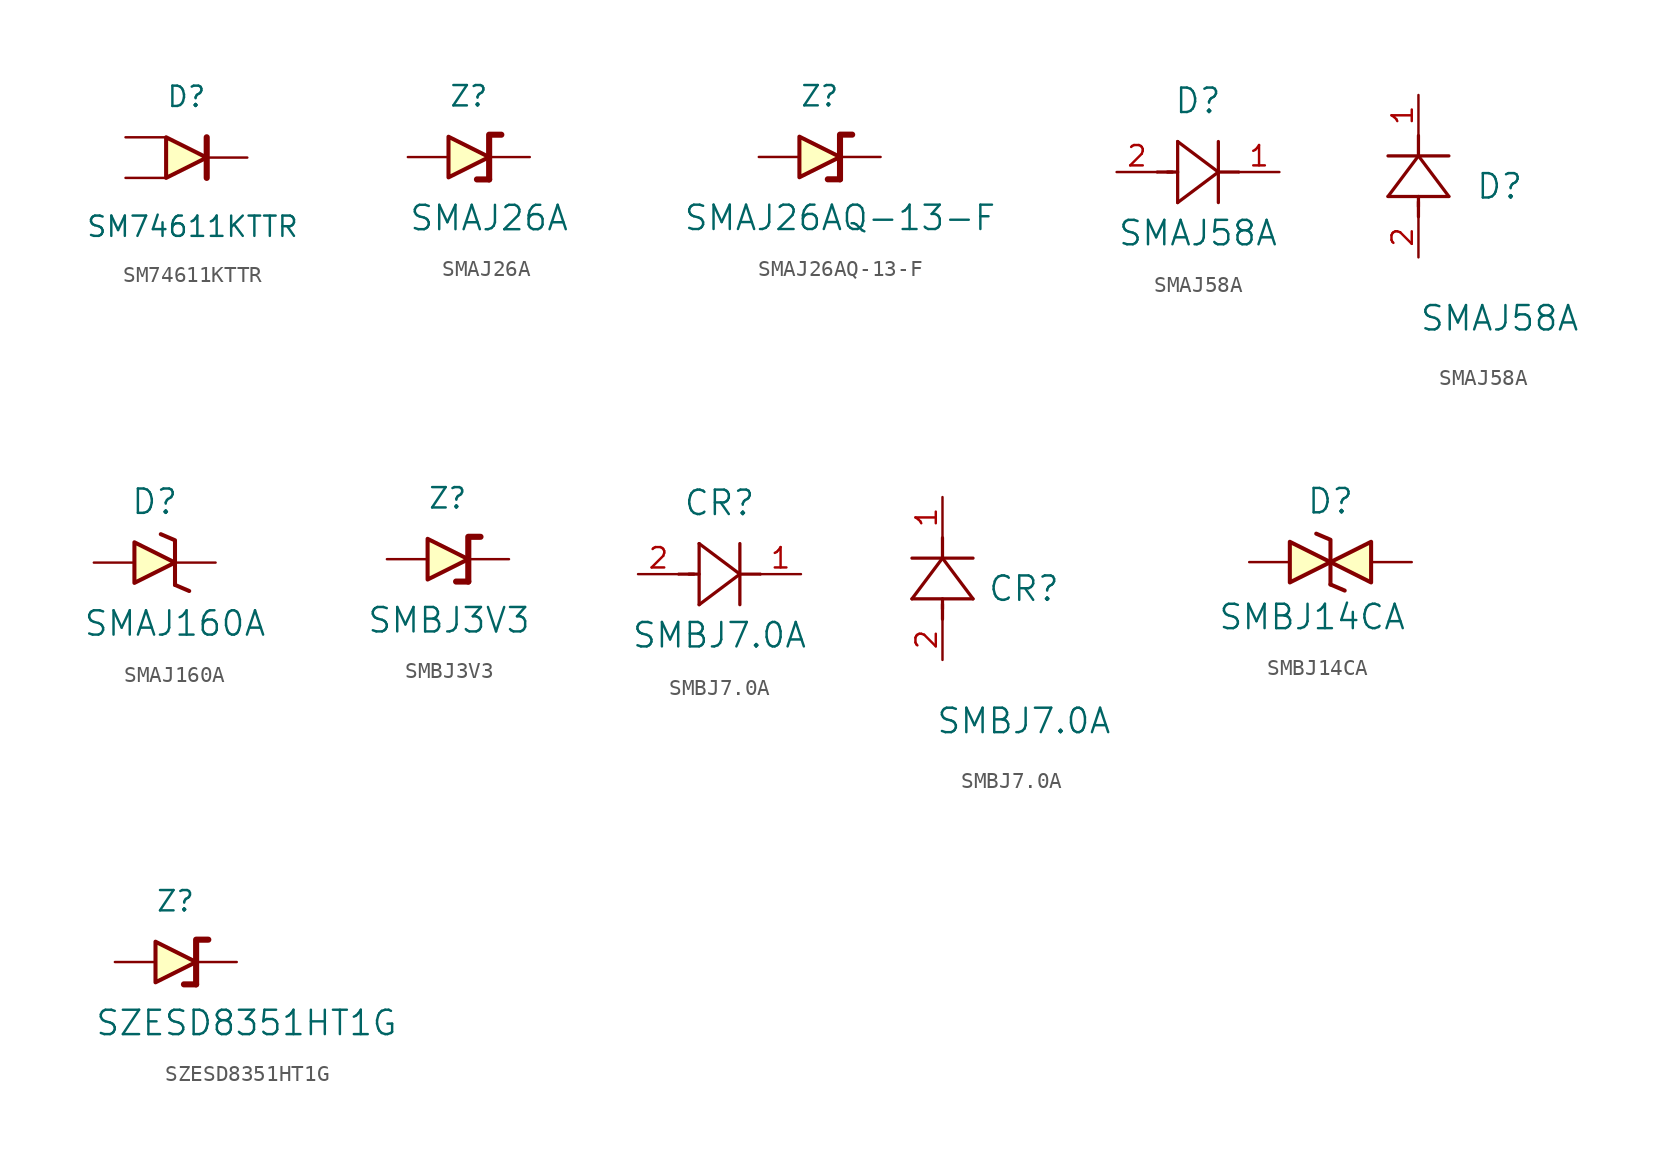
<source format=kicad_sym>
(kicad_symbol_lib
  (version 20241209)
  (generator "kicad_symbol_editor")
  (generator_version "9.0")
  (symbol "SM74611KTTR"
    (pin_numbers
      (hide yes))
    (pin_names
      (hide yes))
    (property "Reference" "D"
      (at 0 3.81 0)
      (effects (font (size 1.27 1.27))))
    (property "Value" "SM74611KTTR"
      (at 0.381 -4.318 0)
      (effects (font (size 1.27 1.27))))
    (symbol "SM74611KTTR_1_1"
      (polyline (pts (xy -1.27 1.27) (xy -1.27 -1.27) (xy 1.27 0) (xy -1.27 1.27)) (stroke (width 0.254) (type default)) (fill (type background)))
      (polyline (pts (xy 1.27 -1.27) (xy 1.27 1.27)) (stroke (width 0.381) (type default)) (fill (type none)))
      (pin input line (at -3.81 1.27 0) (length 2.54) (name "~" (effects (font (size 1.27 1.27)))) (number "1" (effects (font (size 1.27 1.27)))))
      (pin input line (at -3.81 -1.27 0) (length 2.54) (name "~" (effects (font (size 1.27 1.27)))) (number "3" (effects (font (size 1.27 1.27)))))
      (pin output line (at 3.81 0 180) (length 2.54) (name "~" (effects (font (size 1.27 1.27)))) (number "2" (effects (font (size 1.27 1.27)))))))
  (symbol "SMAJ26A"
    (pin_numbers
      (hide yes))
    (pin_names
      (offset 0)
      (hide yes))
    (property "Reference" "Z"
      (at -1.27 3.81 0)
      (effects (font (size 1.27 1.27))))
    (property "Value" "SMAJ26A"
      (at 0 -3.81 0)
      (effects (font (size 1.524 1.524))))
    (symbol "SMAJ26A_0_1"
      (polyline (pts (xy -2.54 1.27) (xy -2.54 -1.27) (xy 0 0) (xy -2.54 1.27)) (stroke (width 0.254) (type default)) (fill (type background)))
      (polyline (pts (xy 0 -1.397) (xy -0.762 -1.397)) (stroke (width 0.381) (type default)) (fill (type none)))
      (polyline (pts (xy 0 -1.397) (xy 0 1.397) (xy 0.762 1.397)) (stroke (width 0.381) (type default)) (fill (type none))))
    (symbol "SMAJ26A_1_1"
      (pin input line (at -5.08 0 0) (length 2.54) (name "Anode" (effects (font (size 1.27 1.27)))) (number "2" (effects (font (size 1.27 1.27)))))
      (pin input line (at 2.54 0 180) (length 2.54) (name "Cathode" (effects (font (size 1.27 1.27)))) (number "1" (effects (font (size 1.27 1.27)))))))
  (symbol "SMAJ26AQ-13-F"
    (pin_numbers
      (hide yes))
    (pin_names
      (offset 0)
      (hide yes))
    (property "Reference" "Z"
      (at -1.27 3.81 0)
      (effects (font (size 1.27 1.27))))
    (property "Value" "SMAJ26AQ-13-F"
      (at 0 -3.81 0)
      (effects (font (size 1.524 1.524))))
    (symbol "SMAJ26AQ-13-F_0_1"
      (polyline (pts (xy -2.54 1.27) (xy -2.54 -1.27) (xy 0 0) (xy -2.54 1.27)) (stroke (width 0.254) (type default)) (fill (type background)))
      (polyline (pts (xy 0 -1.397) (xy -0.762 -1.397)) (stroke (width 0.381) (type default)) (fill (type none)))
      (polyline (pts (xy 0 -1.397) (xy 0 1.397) (xy 0.762 1.397)) (stroke (width 0.381) (type default)) (fill (type none))))
    (symbol "SMAJ26AQ-13-F_1_1"
      (pin input line (at -5.08 0 0) (length 2.54) (name "Anode" (effects (font (size 1.27 1.27)))) (number "2" (effects (font (size 1.27 1.27)))))
      (pin input line (at 2.54 0 180) (length 2.54) (name "Cathode" (effects (font (size 1.27 1.27)))) (number "1" (effects (font (size 1.27 1.27)))))))
  (symbol "SMAJ58A"
    (pin_names
      (offset 0.254))
    (property "Reference" "D"
      (at 5.08 4.445 0)
      (effects (font (size 1.524 1.524))))
    (property "Value" "SMAJ58A"
      (at 5.08 -3.81 0)
      (effects (font (size 1.524 1.524))))
    (symbol "SMAJ58A_1_1"
      (polyline (pts (xy 2.54 0) (xy 3.48 0)) (stroke (width 0.203) (type default)) (fill (type none)))
      (polyline (pts (xy 3.175 0) (xy 3.81 0)) (stroke (width 0.203) (type default)) (fill (type none)))
      (polyline (pts (xy 3.81 1.905) (xy 3.81 -1.905)) (stroke (width 0.203) (type default)) (fill (type none)))
      (polyline (pts (xy 3.81 -1.905) (xy 6.35 0)) (stroke (width 0.203) (type default)) (fill (type none)))
      (polyline (pts (xy 6.35 0) (xy 3.81 1.905)) (stroke (width 0.203) (type default)) (fill (type none)))
      (polyline (pts (xy 6.35 0) (xy 7.62 0)) (stroke (width 0.203) (type default)) (fill (type none)))
      (polyline (pts (xy 6.35 -1.905) (xy 6.35 1.905)) (stroke (width 0.203) (type default)) (fill (type none)))
      (pin passive line (at 0 0 0) (length 2.54) (name "" (effects (font (size 1.27 1.27)))) (number "2" (effects (font (size 1.27 1.27)))))
      (pin passive line (at 10.16 0 180) (length 2.54) (name "" (effects (font (size 1.27 1.27)))) (number "1" (effects (font (size 1.27 1.27))))))
    (symbol "SMAJ58A_1_2"
      (polyline (pts (xy -1.905 3.81) (xy 1.905 3.81)) (stroke (width 0.203) (type default)) (fill (type none)))
      (polyline (pts (xy 0 6.35) (xy -1.905 3.81)) (stroke (width 0.203) (type default)) (fill (type none)))
      (polyline (pts (xy 0 6.35) (xy 0 7.62)) (stroke (width 0.203) (type default)) (fill (type none)))
      (polyline (pts (xy 0 3.175) (xy 0 3.81)) (stroke (width 0.203) (type default)) (fill (type none)))
      (polyline (pts (xy 0 2.54) (xy 0 3.48)) (stroke (width 0.203) (type default)) (fill (type none)))
      (polyline (pts (xy 1.905 6.35) (xy -1.905 6.35)) (stroke (width 0.203) (type default)) (fill (type none)))
      (polyline (pts (xy 1.905 3.81) (xy 0 6.35)) (stroke (width 0.203) (type default)) (fill (type none)))
      (pin unspecified line (at 0 10.16 270) (length 2.54) (name "" (effects (font (size 1.27 1.27)))) (number "1" (effects (font (size 1.27 1.27)))))
      (pin unspecified line (at 0 0 90) (length 2.54) (name "" (effects (font (size 1.27 1.27)))) (number "2" (effects (font (size 1.27 1.27)))))))
  (symbol "SMAJ160A"
    (pin_numbers
      (hide yes))
    (pin_names
      (offset 0)
      (hide yes))
    (property "Reference" "D"
      (at -1.27 3.81 0)
      (effects (font (size 1.524 1.524))))
    (property "Value" "SMAJ160A"
      (at 0 -3.81 0)
      (effects (font (size 1.524 1.524))))
    (symbol "SMAJ160A_0_1"
      (polyline (pts (xy -2.54 1.27) (xy -2.54 -1.27) (xy 0 0) (xy -2.54 1.27)) (stroke (width 0.254) (type default)) (fill (type background)))
      (polyline (pts (xy 0 -1.397) (xy 0.889 -1.778)) (stroke (width 0.254) (type default)) (fill (type none)))
      (polyline (pts (xy 0 -1.397) (xy 0 1.397) (xy -0.889 1.778)) (stroke (width 0.254) (type default)) (fill (type none))))
    (symbol "SMAJ160A_1_1"
      (pin input line (at -5.08 0 0) (length 2.54) (name "Anode" (effects (font (size 1.27 1.27)))) (number "2" (effects (font (size 1.27 1.27)))))
      (pin input line (at 2.54 0 180) (length 2.54) (name "Cathode" (effects (font (size 1.27 1.27)))) (number "1" (effects (font (size 1.27 1.27)))))))
  (symbol "SMBJ3V3"
    (pin_numbers
      (hide yes))
    (pin_names
      (offset 0)
      (hide yes))
    (property "Reference" "Z"
      (at -1.27 3.81 0)
      (effects (font (size 1.27 1.27)) (justify left)))
    (property "Value" "SMBJ3V3"
      (at -5.08 -3.81 0)
      (effects (font (size 1.524 1.524)) (justify left)))
    (symbol "SMBJ3V3_0_1"
      (polyline (pts (xy -1.27 1.27) (xy -1.27 -1.27) (xy 1.27 0) (xy -1.27 1.27)) (stroke (width 0.254) (type default)) (fill (type background)))
      (polyline (pts (xy 1.27 -1.397) (xy 0.508 -1.397)) (stroke (width 0.381) (type default)) (fill (type none)))
      (polyline (pts (xy 1.27 -1.397) (xy 1.27 1.397) (xy 2.032 1.397)) (stroke (width 0.381) (type default)) (fill (type none))))
    (symbol "SMBJ3V3_1_1"
      (pin input line (at -3.81 0 0) (length 2.54) (name "Anode" (effects (font (size 1.27 1.27)))) (number "2" (effects (font (size 1.27 1.27)))))
      (pin input line (at 3.81 0 180) (length 2.54) (name "Cathode" (effects (font (size 1.27 1.27)))) (number "1" (effects (font (size 1.27 1.27)))))))
  (symbol "SMBJ7.0A"
    (pin_names
      (offset 0.254))
    (property "Reference" "CR"
      (at 5.08 4.445 0)
      (effects (font (size 1.524 1.524))))
    (property "Value" "SMBJ7.0A"
      (at 5.08 -3.81 0)
      (effects (font (size 1.524 1.524))))
    (symbol "SMBJ7.0A_1_1"
      (polyline (pts (xy 2.54 0) (xy 3.48 0)) (stroke (width 0.203) (type default)) (fill (type none)))
      (polyline (pts (xy 3.175 0) (xy 3.81 0)) (stroke (width 0.203) (type default)) (fill (type none)))
      (polyline (pts (xy 3.81 1.905) (xy 3.81 -1.905)) (stroke (width 0.203) (type default)) (fill (type none)))
      (polyline (pts (xy 3.81 -1.905) (xy 6.35 0)) (stroke (width 0.203) (type default)) (fill (type none)))
      (polyline (pts (xy 6.35 0) (xy 3.81 1.905)) (stroke (width 0.203) (type default)) (fill (type none)))
      (polyline (pts (xy 6.35 0) (xy 7.62 0)) (stroke (width 0.203) (type default)) (fill (type none)))
      (polyline (pts (xy 6.35 -1.905) (xy 6.35 1.905)) (stroke (width 0.203) (type default)) (fill (type none)))
      (pin unspecified line (at 0 0 0) (length 2.54) (name "" (effects (font (size 1.27 1.27)))) (number "2" (effects (font (size 1.27 1.27)))))
      (pin unspecified line (at 10.16 0 180) (length 2.54) (name "" (effects (font (size 1.27 1.27)))) (number "1" (effects (font (size 1.27 1.27))))))
    (symbol "SMBJ7.0A_1_2"
      (polyline (pts (xy -1.905 3.81) (xy 1.905 3.81)) (stroke (width 0.203) (type default)) (fill (type none)))
      (polyline (pts (xy 0 6.35) (xy -1.905 3.81)) (stroke (width 0.203) (type default)) (fill (type none)))
      (polyline (pts (xy 0 6.35) (xy 0 7.62)) (stroke (width 0.203) (type default)) (fill (type none)))
      (polyline (pts (xy 0 3.175) (xy 0 3.81)) (stroke (width 0.203) (type default)) (fill (type none)))
      (polyline (pts (xy 0 2.54) (xy 0 3.48)) (stroke (width 0.203) (type default)) (fill (type none)))
      (polyline (pts (xy 1.905 6.35) (xy -1.905 6.35)) (stroke (width 0.203) (type default)) (fill (type none)))
      (polyline (pts (xy 1.905 3.81) (xy 0 6.35)) (stroke (width 0.203) (type default)) (fill (type none)))
      (pin unspecified line (at 0 10.16 270) (length 2.54) (name "" (effects (font (size 1.27 1.27)))) (number "1" (effects (font (size 1.27 1.27)))))
      (pin unspecified line (at 0 0 90) (length 2.54) (name "" (effects (font (size 1.27 1.27)))) (number "2" (effects (font (size 1.27 1.27)))))))
  (symbol "SMBJ14CA"
    (pin_numbers
      (hide yes))
    (pin_names
      (offset 0)
      (hide yes))
    (property "Reference" "D"
      (at 0 3.81 0)
      (effects (font (size 1.524 1.524))))
    (property "Value" "SMBJ14CA"
      (at -1.143 -3.429 0)
      (effects (font (size 1.524 1.524))))
    (symbol "SMBJ14CA_0_1"
      (polyline (pts (xy -2.54 1.27) (xy -2.54 -1.27) (xy 0 0) (xy -2.54 1.27)) (stroke (width 0.254) (type default)) (fill (type background)))
      (polyline (pts (xy 0 0) (xy 2.54 1.27) (xy 2.54 -1.27) (xy 0 0)) (stroke (width 0.254) (type default)) (fill (type background)))
      (polyline (pts (xy 0 -1.397) (xy 0.889 -1.778)) (stroke (width 0.254) (type default)) (fill (type none)))
      (polyline (pts (xy 0 -1.397) (xy 0 1.397) (xy -0.889 1.778)) (stroke (width 0.254) (type default)) (fill (type none))))
    (symbol "SMBJ14CA_1_1"
      (pin input line (at -5.08 0 0) (length 2.54) (name "2" (effects (font (size 1.27 1.27)))) (number "2" (effects (font (size 1.27 1.27)))))
      (pin input line (at 5.08 0 180) (length 2.54) (name "1" (effects (font (size 1.27 1.27)))) (number "1" (effects (font (size 1.27 1.27)))))))
  (symbol "SZESD8351HT1G"
    (pin_numbers
      (hide yes))
    (pin_names
      (offset 0)
      (hide yes))
    (property "Reference" "Z"
      (at -1.27 3.81 0)
      (effects (font (size 1.27 1.27)) (justify left)))
    (property "Value" "SZESD8351HT1G"
      (at -5.08 -3.81 0)
      (effects (font (size 1.524 1.524)) (justify left)))
    (symbol "SZESD8351HT1G_0_1"
      (polyline (pts (xy -1.27 1.27) (xy -1.27 -1.27) (xy 1.27 0) (xy -1.27 1.27)) (stroke (width 0.254) (type default)) (fill (type background)))
      (polyline (pts (xy 1.27 -1.397) (xy 0.508 -1.397)) (stroke (width 0.381) (type default)) (fill (type none)))
      (polyline (pts (xy 1.27 -1.397) (xy 1.27 1.397) (xy 2.032 1.397)) (stroke (width 0.381) (type default)) (fill (type none))))
    (symbol "SZESD8351HT1G_1_1"
      (pin input line (at -3.81 0 0) (length 2.54) (name "Anode" (effects (font (size 1.27 1.27)))) (number "2" (effects (font (size 1.27 1.27)))))
      (pin input line (at 3.81 0 180) (length 2.54) (name "Cathode" (effects (font (size 1.27 1.27)))) (number "1" (effects (font (size 1.27 1.27))))))))
</source>
